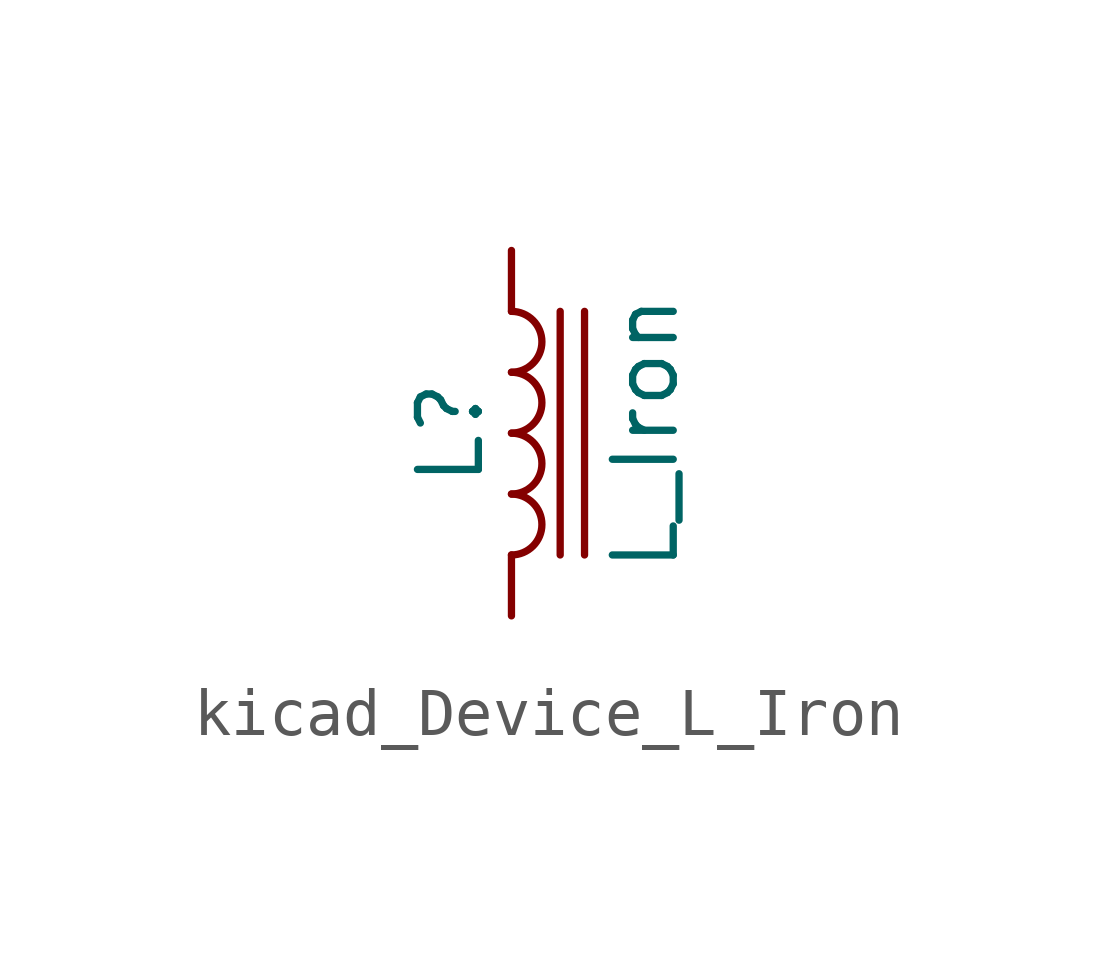
<source format=kicad_sym>
(kicad_symbol_lib
  (version 20220914)
  (generator kicad_symbol_editor)
  (symbol "kicad_Device_L_Iron"
    (pin_numbers hide)
    (pin_names
      (offset 1.016) hide)
    (property "Reference" "L"
      (at -1.27 0 90)
      (effects (font (size 1.27 1.27))))
    (property "Value" "L_Iron"
      (at 2.794 0 90)
      (effects (font (size 1.27 1.27))))
    (symbol "kicad_Device_L_Iron_0_1"
      (arc (start 0 -2.54) (mid 0.6323 -1.905) (end 0 -1.27) (stroke (width 0) (type default)) (fill (type none)))
      (arc (start 0 -1.27) (mid 0.6323 -0.635) (end 0 0) (stroke (width 0) (type default)) (fill (type none)))
      (polyline (pts (xy 1.016 2.54) (xy 1.016 -2.54)) (stroke (width 0) (type default)) (fill (type none)))
      (polyline (pts (xy 1.524 -2.54) (xy 1.524 2.54)) (stroke (width 0) (type default)) (fill (type none)))
      (arc (start 0 0) (mid 0.6323 0.635) (end 0 1.27) (stroke (width 0) (type default)) (fill (type none)))
      (arc (start 0 1.27) (mid 0.6323 1.905) (end 0 2.54) (stroke (width 0) (type default)) (fill (type none))))
    (symbol "kicad_Device_L_Iron_1_1"
      (pin passive line (at 0 3.81 270) (length 1.27) (name "1" (effects (font (size 1.27 1.27)))) (number "1" (effects (font (size 1.27 1.27)))))
      (pin passive line (at 0 -3.81 90) (length 1.27) (name "2" (effects (font (size 1.27 1.27)))) (number "2" (effects (font (size 1.27 1.27))))))))
</source>
